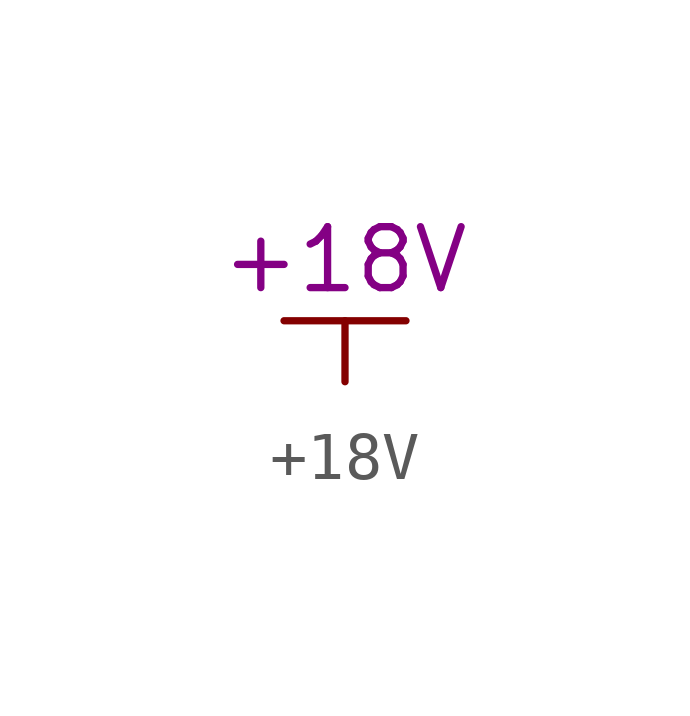
<source format=kicad_sym>
(kicad_symbol_lib
  (version 20211014)
  (generator kicad_symbol_editor)
  (symbol "+18V"
    (power)
    (pin_numbers hide)
    (pin_names
      (offset 0) hide)
    (property "Reference" "#PWR"
      (at 5.08 1.27 0)
      (effects (font (size 1.27 1.27)) hide))
    (property "PartValue" "+18V"
      (at 0 2.54 0)
      (effects (font (size 1.27 1.27))))
    (symbol "+18V_0_1"
      (polyline (pts (xy -1.27 1.27) (xy 1.27 1.27)) (stroke (width 0.152) (type default) (color 0 0 0 0)) (fill (type none))))
    (symbol "+18V_1_1"
      (pin power_in line (at 0 0 90) (length 1.27) (name "+18V" (effects (font (size 1.27 1.27)))) (number "1" (effects (font (size 1.27 1.27))))))))
</source>
